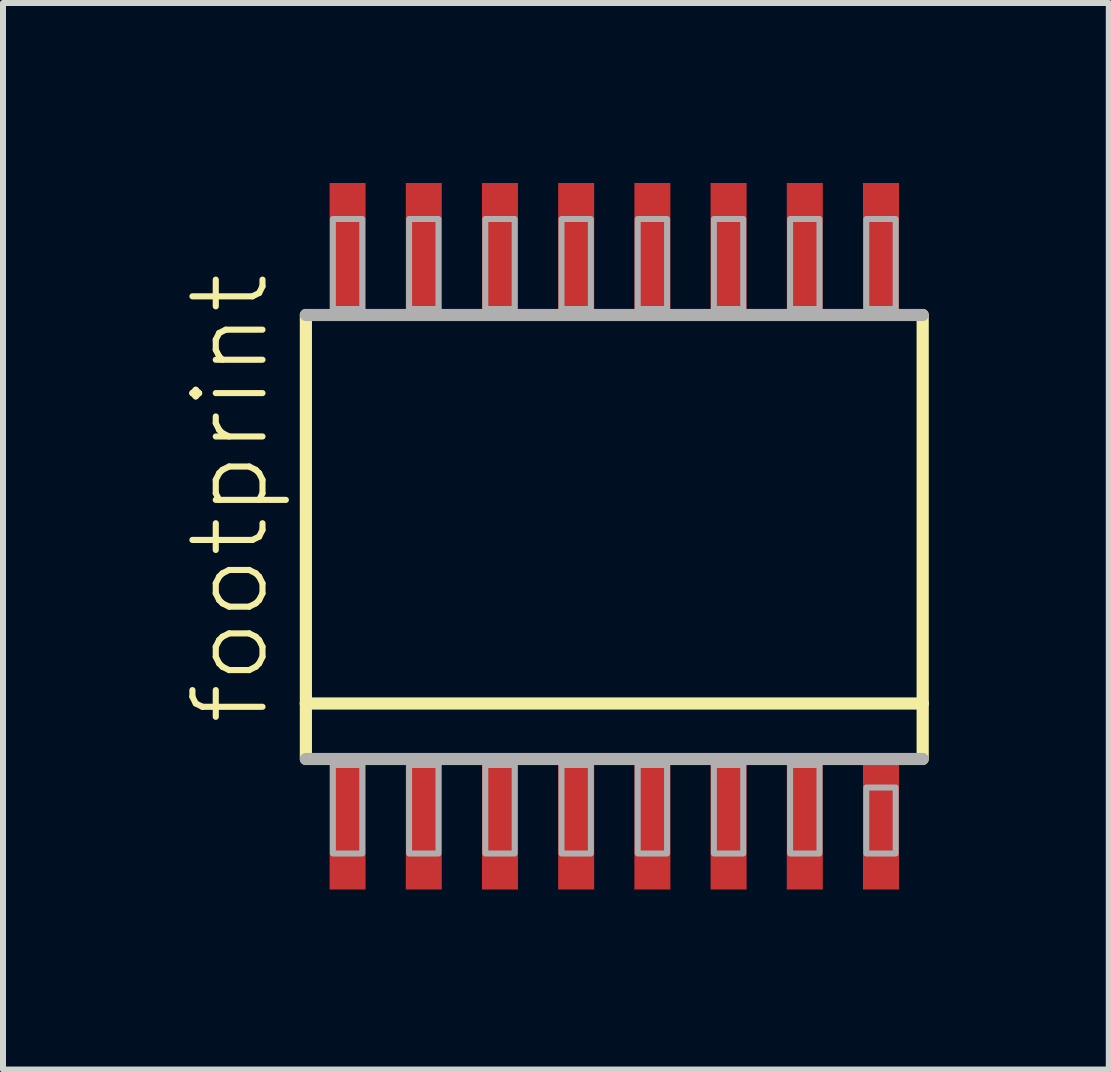
<source format=kicad_pcb>
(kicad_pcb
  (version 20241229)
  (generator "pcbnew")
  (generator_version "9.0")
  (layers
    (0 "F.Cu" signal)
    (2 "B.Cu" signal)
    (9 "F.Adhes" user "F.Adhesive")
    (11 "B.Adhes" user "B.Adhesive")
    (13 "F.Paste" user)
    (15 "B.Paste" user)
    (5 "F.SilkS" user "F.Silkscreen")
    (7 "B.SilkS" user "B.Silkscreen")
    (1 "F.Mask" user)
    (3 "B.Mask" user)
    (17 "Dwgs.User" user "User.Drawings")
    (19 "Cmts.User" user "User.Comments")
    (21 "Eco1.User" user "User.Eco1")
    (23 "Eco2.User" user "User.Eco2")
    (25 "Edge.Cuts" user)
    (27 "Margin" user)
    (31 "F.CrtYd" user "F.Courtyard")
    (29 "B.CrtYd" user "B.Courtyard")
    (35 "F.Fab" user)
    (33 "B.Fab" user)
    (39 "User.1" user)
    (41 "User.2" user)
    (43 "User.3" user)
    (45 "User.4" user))
  (footprint "footprint"
    (layer "F.Cu")
    (at 7.188 5.9)
    (property "Reference" "footprint" (at -5.715 3.175 90) (layer "F.SilkS") (effects (font (size 1.168 1.168) (thickness 0.102)) (justify left bottom)))
    (fp_line (start -5.14 2.775) (end -5.14 -3.7) (stroke (width 0.203) (type solid)) (layer "F.SilkS"))
    (fp_line (start -5.14 3.7) (end -5.14 2.775) (stroke (width 0.203) (type solid)) (layer "F.SilkS"))
    (fp_line (start 5.14 -3.7) (end 5.14 2.775) (stroke (width 0.203) (type solid)) (layer "F.SilkS"))
    (fp_line (start 5.14 2.775) (end -5.14 2.775) (stroke (width 0.203) (type solid)) (layer "F.SilkS"))
    (fp_line (start 5.14 2.775) (end 5.14 3.7) (stroke (width 0.203) (type solid)) (layer "F.SilkS"))
    (fp_line (start -5.14 -3.7) (end 5.14 -3.7) (stroke (width 0.203) (type solid)) (layer "F.Fab"))
    (fp_line (start 5.14 3.7) (end -5.14 3.7) (stroke (width 0.203) (type solid)) (layer "F.Fab"))
    (fp_poly (pts (xy -4.69 -3.8) (xy -4.2 -3.8) (xy -4.2 -5.3) (xy -4.69 -5.3)) (stroke (width 0.1) (type solid)) (fill no) (layer "F.Fab"))
    (fp_poly (pts (xy -4.69 5.275) (xy -4.2 5.275) (xy -4.2 3.8) (xy -4.69 3.8)) (stroke (width 0.1) (type solid)) (fill no) (layer "F.Fab"))
    (fp_poly (pts (xy -3.42 -3.8) (xy -2.93 -3.8) (xy -2.93 -5.3) (xy -3.42 -5.3)) (stroke (width 0.1) (type solid)) (fill no) (layer "F.Fab"))
    (fp_poly (pts (xy -3.42 5.275) (xy -2.93 5.275) (xy -2.93 3.8) (xy -3.42 3.8)) (stroke (width 0.1) (type solid)) (fill no) (layer "F.Fab"))
    (fp_poly (pts (xy -2.15 -3.8) (xy -1.66 -3.8) (xy -1.66 -5.3) (xy -2.15 -5.3)) (stroke (width 0.1) (type solid)) (fill no) (layer "F.Fab"))
    (fp_poly (pts (xy -2.15 5.275) (xy -1.66 5.275) (xy -1.66 3.8) (xy -2.15 3.8)) (stroke (width 0.1) (type solid)) (fill no) (layer "F.Fab"))
    (fp_poly (pts (xy -0.88 -3.8) (xy -0.39 -3.8) (xy -0.39 -5.3) (xy -0.88 -5.3)) (stroke (width 0.1) (type solid)) (fill no) (layer "F.Fab"))
    (fp_poly (pts (xy -0.88 5.275) (xy -0.39 5.275) (xy -0.39 3.8) (xy -0.88 3.8)) (stroke (width 0.1) (type solid)) (fill no) (layer "F.Fab"))
    (fp_poly (pts (xy 0.39 -3.8) (xy 0.88 -3.8) (xy 0.88 -5.3) (xy 0.39 -5.3)) (stroke (width 0.1) (type solid)) (fill no) (layer "F.Fab"))
    (fp_poly (pts (xy 0.39 5.275) (xy 0.88 5.275) (xy 0.88 3.8) (xy 0.39 3.8)) (stroke (width 0.1) (type solid)) (fill no) (layer "F.Fab"))
    (fp_poly (pts (xy 1.66 -3.8) (xy 2.15 -3.8) (xy 2.15 -5.3) (xy 1.66 -5.3)) (stroke (width 0.1) (type solid)) (fill no) (layer "F.Fab"))
    (fp_poly (pts (xy 1.66 5.275) (xy 2.15 5.275) (xy 2.15 3.8) (xy 1.66 3.8)) (stroke (width 0.1) (type solid)) (fill no) (layer "F.Fab"))
    (fp_poly (pts (xy 2.93 -3.8) (xy 3.42 -3.8) (xy 3.42 -5.3) (xy 2.93 -5.3)) (stroke (width 0.1) (type solid)) (fill no) (layer "F.Fab"))
    (fp_poly (pts (xy 2.93 5.275) (xy 3.42 5.275) (xy 3.42 3.8) (xy 2.93 3.8)) (stroke (width 0.1) (type solid)) (fill no) (layer "F.Fab"))
    (fp_poly (pts (xy 4.2 -3.8) (xy 4.69 -3.8) (xy 4.69 -5.3) (xy 4.2 -5.3)) (stroke (width 0.1) (type solid)) (fill no) (layer "F.Fab"))
    (fp_poly (pts (xy 4.2 5.275) (xy 4.69 5.275) (xy 4.69 4.175) (xy 4.2 4.175)) (stroke (width 0.1) (type solid)) (fill no) (layer "F.Fab"))
    (pad "1" smd rect (at -4.445 4.775) (size 0.6 2.2) (layers "F.Cu" "F.Mask" "F.Paste"))
    (pad "2" smd rect (at -3.175 4.775) (size 0.6 2.2) (layers "F.Cu" "F.Mask" "F.Paste"))
    (pad "3" smd rect (at -1.905 4.775) (size 0.6 2.2) (layers "F.Cu" "F.Mask" "F.Paste"))
    (pad "4" smd rect (at -0.635 4.775) (size 0.6 2.2) (layers "F.Cu" "F.Mask" "F.Paste"))
    (pad "5" smd rect (at 0.635 4.775) (size 0.6 2.2) (layers "F.Cu" "F.Mask" "F.Paste"))
    (pad "6" smd rect (at 1.905 4.775) (size 0.6 2.2) (layers "F.Cu" "F.Mask" "F.Paste"))
    (pad "7" smd rect (at 3.175 4.775) (size 0.6 2.2) (layers "F.Cu" "F.Mask" "F.Paste"))
    (pad "8" smd rect (at 4.445 4.775) (size 0.6 2.2) (layers "F.Cu" "F.Mask" "F.Paste"))
    (pad "9" smd rect (at 4.445 -4.8) (size 0.6 2.2) (layers "F.Cu" "F.Mask" "F.Paste"))
    (pad "10" smd rect (at 3.175 -4.8) (size 0.6 2.2) (layers "F.Cu" "F.Mask" "F.Paste"))
    (pad "11" smd rect (at 1.905 -4.8) (size 0.6 2.2) (layers "F.Cu" "F.Mask" "F.Paste"))
    (pad "12" smd rect (at 0.635 -4.8) (size 0.6 2.2) (layers "F.Cu" "F.Mask" "F.Paste"))
    (pad "13" smd rect (at -0.635 -4.8) (size 0.6 2.2) (layers "F.Cu" "F.Mask" "F.Paste"))
    (pad "14" smd rect (at -1.905 -4.8) (size 0.6 2.2) (layers "F.Cu" "F.Mask" "F.Paste"))
    (pad "15" smd rect (at -3.175 -4.8) (size 0.6 2.2) (layers "F.Cu" "F.Mask" "F.Paste"))
    (pad "16" smd rect (at -4.445 -4.8) (size 0.6 2.2) (layers "F.Cu" "F.Mask" "F.Paste")))
  (gr_rect
    (start -3 -3)
    (end 15.43 14.775)
    (stroke (width 0.1) (type default))
    (fill no)
    (layer "Edge.Cuts")))
</source>
